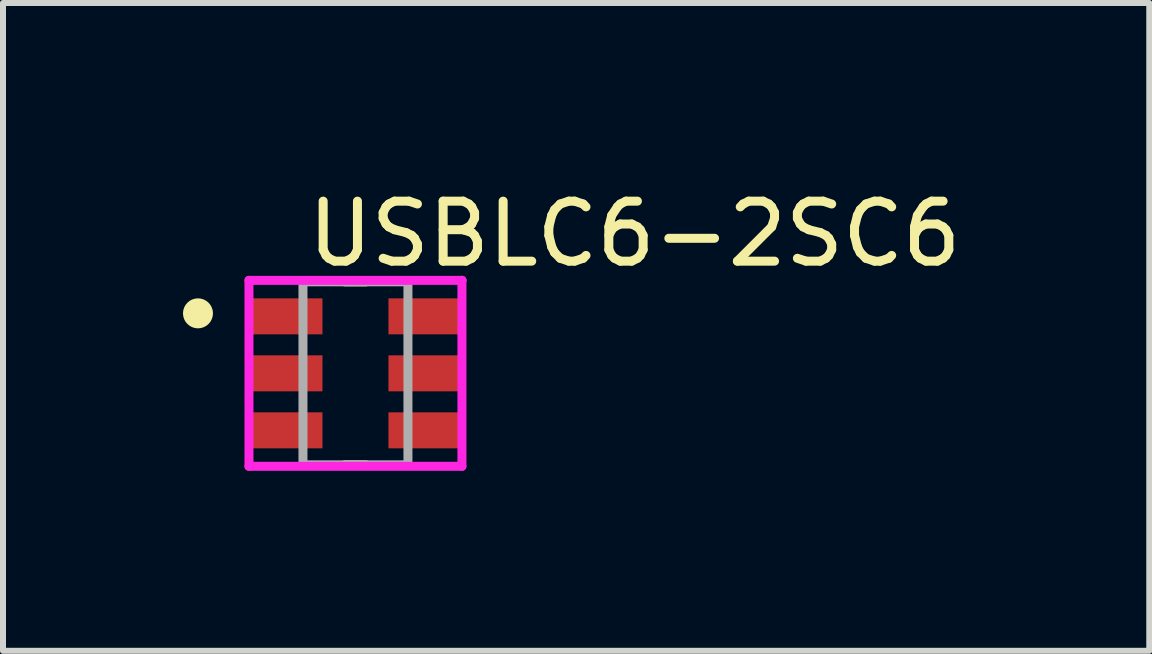
<source format=kicad_pcb>
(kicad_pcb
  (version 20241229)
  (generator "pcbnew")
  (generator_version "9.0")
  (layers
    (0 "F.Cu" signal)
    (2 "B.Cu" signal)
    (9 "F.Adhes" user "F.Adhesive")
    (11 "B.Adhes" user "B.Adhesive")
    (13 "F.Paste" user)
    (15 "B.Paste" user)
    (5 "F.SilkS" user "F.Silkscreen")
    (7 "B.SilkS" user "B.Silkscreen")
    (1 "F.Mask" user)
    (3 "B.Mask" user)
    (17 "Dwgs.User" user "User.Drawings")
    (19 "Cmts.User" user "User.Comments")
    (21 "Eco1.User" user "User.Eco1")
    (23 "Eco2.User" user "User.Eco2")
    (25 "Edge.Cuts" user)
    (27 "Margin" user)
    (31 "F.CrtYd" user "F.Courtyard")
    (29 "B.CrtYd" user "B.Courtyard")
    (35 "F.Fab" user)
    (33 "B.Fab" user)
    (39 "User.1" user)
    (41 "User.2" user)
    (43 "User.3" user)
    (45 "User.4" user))
  (footprint "USBLC6-2SC6"
    (layer "F.Cu")
    (at 2.875 3.173)
    (property "Reference" "USBLC6-2SC6" (at -0.875 -2.325 0) (layer "F.SilkS") (effects (font (size 1 1) (thickness 0.15)) (justify left)))
    (attr through_hole)
    (fp_line (start -0.175 -1.525) (end 0.175 -1.525) (stroke (width 0.15) (type solid)) (layer "F.SilkS"))
    (fp_line (start -0.175 1.525) (end 0.175 1.525) (stroke (width 0.15) (type solid)) (layer "F.SilkS"))
    (fp_circle (center -2.625 -1) (end -2.5 -1) (stroke (width 0.25) (type solid)) (fill no) (layer "F.SilkS"))
    (fp_line (start -1.775 -1.55) (end -1.775 1.55) (stroke (width 0.15) (type solid)) (layer "F.CrtYd"))
    (fp_line (start -1.775 1.55) (end 1.775 1.55) (stroke (width 0.15) (type solid)) (layer "F.CrtYd"))
    (fp_line (start 1.775 -1.55) (end -1.775 -1.55) (stroke (width 0.15) (type solid)) (layer "F.CrtYd"))
    (fp_line (start 1.775 -1.55) (end 1.775 -1.55) (stroke (width 0.15) (type solid)) (layer "F.CrtYd"))
    (fp_line (start 1.775 1.55) (end 1.775 -1.55) (stroke (width 0.15) (type solid)) (layer "F.CrtYd"))
    (fp_line (start -0.875 -1.525) (end 0.875 -1.525) (stroke (width 0.15) (type solid)) (layer "F.Fab"))
    (fp_line (start -0.875 1.525) (end -0.875 -1.525) (stroke (width 0.15) (type solid)) (layer "F.Fab"))
    (fp_line (start 0.875 -1.525) (end 0.875 1.525) (stroke (width 0.15) (type solid)) (layer "F.Fab"))
    (fp_line (start 0.875 1.525) (end -0.875 1.525) (stroke (width 0.15) (type solid)) (layer "F.Fab"))
    (pad "1" smd rect (at -1.15 -0.95) (size 1.2 0.6) (layers "F.Cu" "F.Mask" "F.Paste"))
    (pad "2" smd rect (at -1.15 0) (size 1.2 0.6) (layers "F.Cu" "F.Mask" "F.Paste"))
    (pad "3" smd rect (at -1.15 0.95) (size 1.2 0.6) (layers "F.Cu" "F.Mask" "F.Paste"))
    (pad "4" smd rect (at 1.15 0.95) (size 1.2 0.6) (layers "F.Cu" "F.Mask" "F.Paste"))
    (pad "5" smd rect (at 1.15 0) (size 1.2 0.6) (layers "F.Cu" "F.Mask" "F.Paste"))
    (pad "6" smd rect (at 1.15 -0.95) (size 1.2 0.6) (layers "F.Cu" "F.Mask" "F.Paste")))
  (gr_rect
    (start -3 -3)
    (end 16.107 7.798)
    (stroke (width 0.1) (type default))
    (fill no)
    (layer "Edge.Cuts")))
</source>
